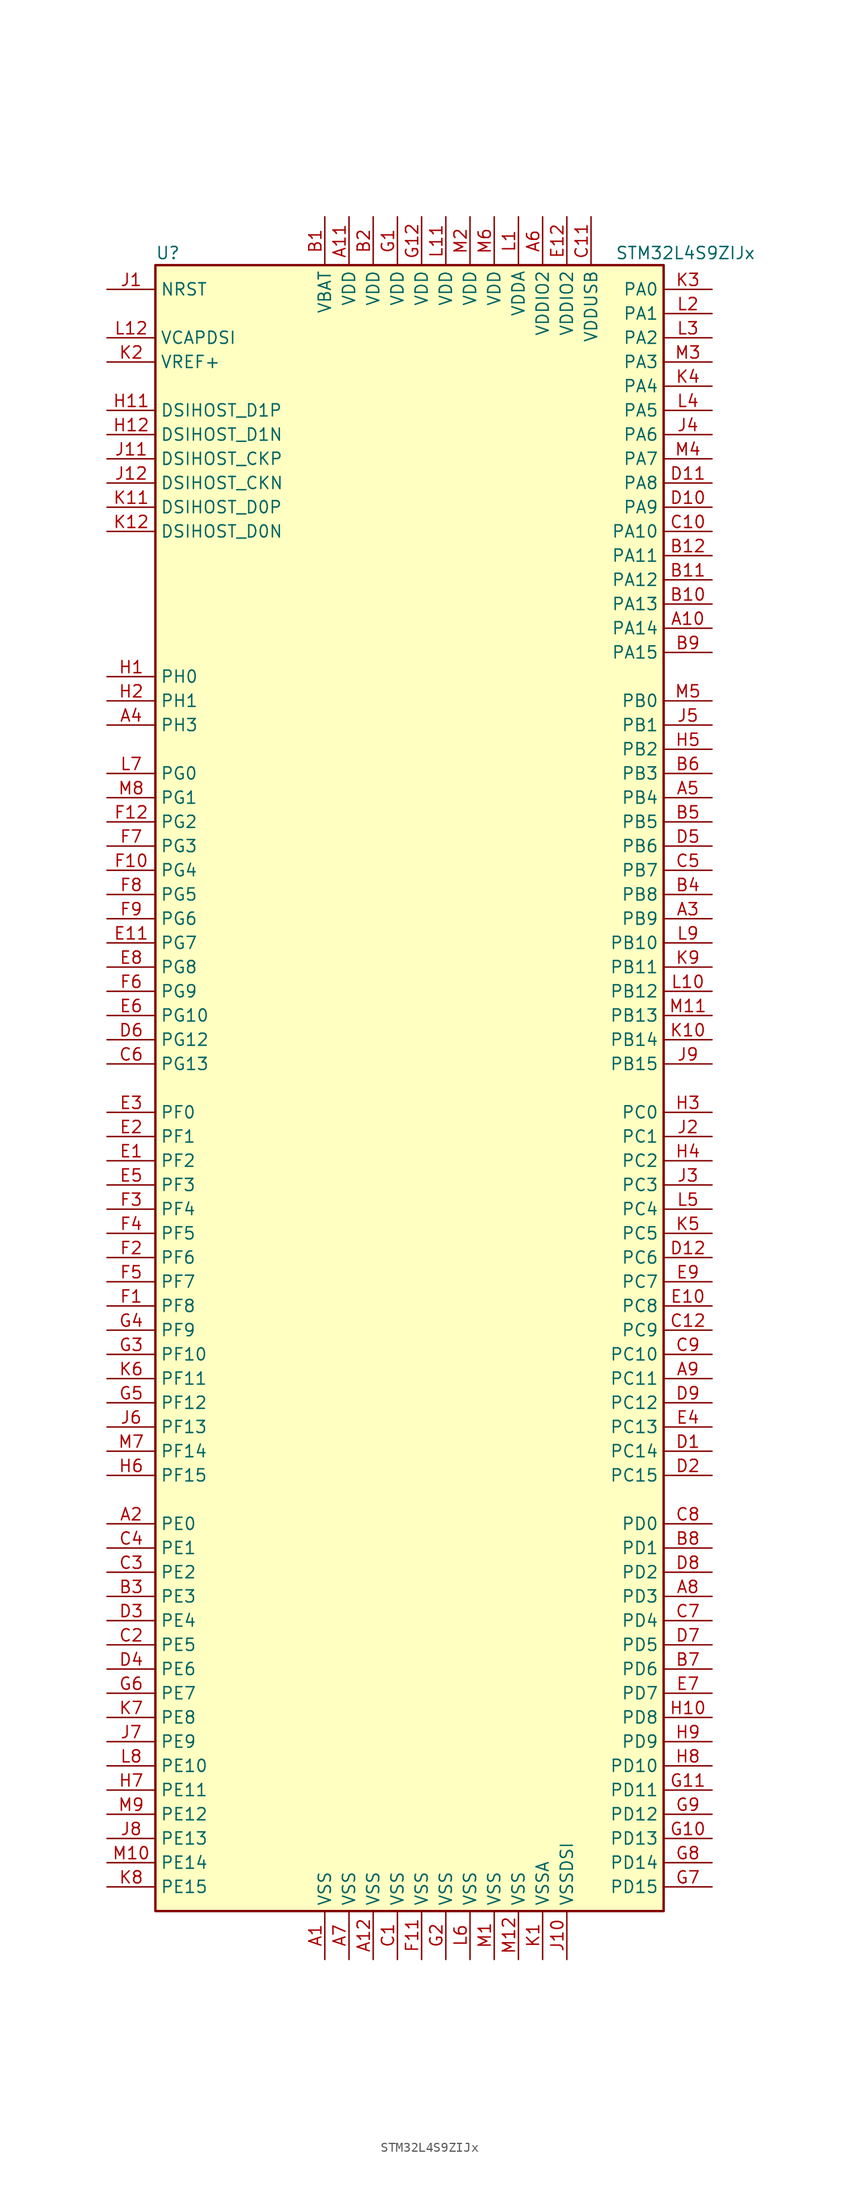
<source format=kicad_sym>
(kicad_symbol_lib
  (version 20201005)
  (generator kicad_symbol_editor)
  (symbol "STM32L4S9ZIJx"
    (property "Reference" "U"
      (at -27.94 87.63 0)
      (effects (font (size 1.27 1.27)) (justify left)))
    (property "Value" "STM32L4S9ZIJx"
      (at 20.32 87.63 0)
      (effects (font (size 1.27 1.27)) (justify left)))
    (symbol "STM32L4S9ZIJx_0_1"
      (rectangle (start -27.94 -86.36) (end 25.4 86.36) (stroke (width 0.254)) (fill (type background))))
    (symbol "STM32L4S9ZIJx_1_1"
      (pin bidirectional line (at -33.02 63.5 0) (length 5.08) (name "DSIHOST_CKN" (effects (font (size 1.27 1.27)))) (number "J12" (effects (font (size 1.27 1.27)))))
      (pin bidirectional line (at -33.02 66.04 0) (length 5.08) (name "DSIHOST_CKP" (effects (font (size 1.27 1.27)))) (number "J11" (effects (font (size 1.27 1.27)))))
      (pin bidirectional line (at -33.02 58.42 0) (length 5.08) (name "DSIHOST_D0N" (effects (font (size 1.27 1.27)))) (number "K12" (effects (font (size 1.27 1.27)))))
      (pin bidirectional line (at -33.02 60.96 0) (length 5.08) (name "DSIHOST_D0P" (effects (font (size 1.27 1.27)))) (number "K11" (effects (font (size 1.27 1.27)))))
      (pin bidirectional line (at -33.02 68.58 0) (length 5.08) (name "DSIHOST_D1N" (effects (font (size 1.27 1.27)))) (number "H12" (effects (font (size 1.27 1.27)))))
      (pin bidirectional line (at -33.02 71.12 0) (length 5.08) (name "DSIHOST_D1P" (effects (font (size 1.27 1.27)))) (number "H11" (effects (font (size 1.27 1.27)))))
      (pin input line (at -33.02 83.82 0) (length 5.08) (name "NRST" (effects (font (size 1.27 1.27)))) (number "J1" (effects (font (size 1.27 1.27)))))
      (pin bidirectional line (at 30.48 83.82 180) (length 5.08) (name "PA0" (effects (font (size 1.27 1.27)))) (number "K3" (effects (font (size 1.27 1.27)))))
      (pin bidirectional line (at 30.48 81.28 180) (length 5.08) (name "PA1" (effects (font (size 1.27 1.27)))) (number "L2" (effects (font (size 1.27 1.27)))))
      (pin bidirectional line (at 30.48 58.42 180) (length 5.08) (name "PA10" (effects (font (size 1.27 1.27)))) (number "C10" (effects (font (size 1.27 1.27)))))
      (pin bidirectional line (at 30.48 55.88 180) (length 5.08) (name "PA11" (effects (font (size 1.27 1.27)))) (number "B12" (effects (font (size 1.27 1.27)))))
      (pin bidirectional line (at 30.48 53.34 180) (length 5.08) (name "PA12" (effects (font (size 1.27 1.27)))) (number "B11" (effects (font (size 1.27 1.27)))))
      (pin bidirectional line (at 30.48 50.8 180) (length 5.08) (name "PA13" (effects (font (size 1.27 1.27)))) (number "B10" (effects (font (size 1.27 1.27)))))
      (pin bidirectional line (at 30.48 48.26 180) (length 5.08) (name "PA14" (effects (font (size 1.27 1.27)))) (number "A10" (effects (font (size 1.27 1.27)))))
      (pin bidirectional line (at 30.48 45.72 180) (length 5.08) (name "PA15" (effects (font (size 1.27 1.27)))) (number "B9" (effects (font (size 1.27 1.27)))))
      (pin bidirectional line (at 30.48 78.74 180) (length 5.08) (name "PA2" (effects (font (size 1.27 1.27)))) (number "L3" (effects (font (size 1.27 1.27)))))
      (pin bidirectional line (at 30.48 76.2 180) (length 5.08) (name "PA3" (effects (font (size 1.27 1.27)))) (number "M3" (effects (font (size 1.27 1.27)))))
      (pin bidirectional line (at 30.48 73.66 180) (length 5.08) (name "PA4" (effects (font (size 1.27 1.27)))) (number "K4" (effects (font (size 1.27 1.27)))))
      (pin bidirectional line (at 30.48 71.12 180) (length 5.08) (name "PA5" (effects (font (size 1.27 1.27)))) (number "L4" (effects (font (size 1.27 1.27)))))
      (pin bidirectional line (at 30.48 68.58 180) (length 5.08) (name "PA6" (effects (font (size 1.27 1.27)))) (number "J4" (effects (font (size 1.27 1.27)))))
      (pin bidirectional line (at 30.48 66.04 180) (length 5.08) (name "PA7" (effects (font (size 1.27 1.27)))) (number "M4" (effects (font (size 1.27 1.27)))))
      (pin bidirectional line (at 30.48 63.5 180) (length 5.08) (name "PA8" (effects (font (size 1.27 1.27)))) (number "D11" (effects (font (size 1.27 1.27)))))
      (pin bidirectional line (at 30.48 60.96 180) (length 5.08) (name "PA9" (effects (font (size 1.27 1.27)))) (number "D10" (effects (font (size 1.27 1.27)))))
      (pin bidirectional line (at 30.48 40.64 180) (length 5.08) (name "PB0" (effects (font (size 1.27 1.27)))) (number "M5" (effects (font (size 1.27 1.27)))))
      (pin bidirectional line (at 30.48 38.1 180) (length 5.08) (name "PB1" (effects (font (size 1.27 1.27)))) (number "J5" (effects (font (size 1.27 1.27)))))
      (pin bidirectional line (at 30.48 15.24 180) (length 5.08) (name "PB10" (effects (font (size 1.27 1.27)))) (number "L9" (effects (font (size 1.27 1.27)))))
      (pin bidirectional line (at 30.48 12.7 180) (length 5.08) (name "PB11" (effects (font (size 1.27 1.27)))) (number "K9" (effects (font (size 1.27 1.27)))))
      (pin bidirectional line (at 30.48 10.16 180) (length 5.08) (name "PB12" (effects (font (size 1.27 1.27)))) (number "L10" (effects (font (size 1.27 1.27)))))
      (pin bidirectional line (at 30.48 7.62 180) (length 5.08) (name "PB13" (effects (font (size 1.27 1.27)))) (number "M11" (effects (font (size 1.27 1.27)))))
      (pin bidirectional line (at 30.48 5.08 180) (length 5.08) (name "PB14" (effects (font (size 1.27 1.27)))) (number "K10" (effects (font (size 1.27 1.27)))))
      (pin bidirectional line (at 30.48 2.54 180) (length 5.08) (name "PB15" (effects (font (size 1.27 1.27)))) (number "J9" (effects (font (size 1.27 1.27)))))
      (pin bidirectional line (at 30.48 35.56 180) (length 5.08) (name "PB2" (effects (font (size 1.27 1.27)))) (number "H5" (effects (font (size 1.27 1.27)))))
      (pin bidirectional line (at 30.48 33.02 180) (length 5.08) (name "PB3" (effects (font (size 1.27 1.27)))) (number "B6" (effects (font (size 1.27 1.27)))))
      (pin bidirectional line (at 30.48 30.48 180) (length 5.08) (name "PB4" (effects (font (size 1.27 1.27)))) (number "A5" (effects (font (size 1.27 1.27)))))
      (pin bidirectional line (at 30.48 27.94 180) (length 5.08) (name "PB5" (effects (font (size 1.27 1.27)))) (number "B5" (effects (font (size 1.27 1.27)))))
      (pin bidirectional line (at 30.48 25.4 180) (length 5.08) (name "PB6" (effects (font (size 1.27 1.27)))) (number "D5" (effects (font (size 1.27 1.27)))))
      (pin bidirectional line (at 30.48 22.86 180) (length 5.08) (name "PB7" (effects (font (size 1.27 1.27)))) (number "C5" (effects (font (size 1.27 1.27)))))
      (pin bidirectional line (at 30.48 20.32 180) (length 5.08) (name "PB8" (effects (font (size 1.27 1.27)))) (number "B4" (effects (font (size 1.27 1.27)))))
      (pin bidirectional line (at 30.48 17.78 180) (length 5.08) (name "PB9" (effects (font (size 1.27 1.27)))) (number "A3" (effects (font (size 1.27 1.27)))))
      (pin bidirectional line (at 30.48 -2.54 180) (length 5.08) (name "PC0" (effects (font (size 1.27 1.27)))) (number "H3" (effects (font (size 1.27 1.27)))))
      (pin bidirectional line (at 30.48 -5.08 180) (length 5.08) (name "PC1" (effects (font (size 1.27 1.27)))) (number "J2" (effects (font (size 1.27 1.27)))))
      (pin bidirectional line (at 30.48 -27.94 180) (length 5.08) (name "PC10" (effects (font (size 1.27 1.27)))) (number "C9" (effects (font (size 1.27 1.27)))))
      (pin bidirectional line (at 30.48 -30.48 180) (length 5.08) (name "PC11" (effects (font (size 1.27 1.27)))) (number "A9" (effects (font (size 1.27 1.27)))))
      (pin bidirectional line (at 30.48 -33.02 180) (length 5.08) (name "PC12" (effects (font (size 1.27 1.27)))) (number "D9" (effects (font (size 1.27 1.27)))))
      (pin bidirectional line (at 30.48 -35.56 180) (length 5.08) (name "PC13" (effects (font (size 1.27 1.27)))) (number "E4" (effects (font (size 1.27 1.27)))))
      (pin bidirectional line (at 30.48 -38.1 180) (length 5.08) (name "PC14" (effects (font (size 1.27 1.27)))) (number "D1" (effects (font (size 1.27 1.27)))))
      (pin bidirectional line (at 30.48 -40.64 180) (length 5.08) (name "PC15" (effects (font (size 1.27 1.27)))) (number "D2" (effects (font (size 1.27 1.27)))))
      (pin bidirectional line (at 30.48 -7.62 180) (length 5.08) (name "PC2" (effects (font (size 1.27 1.27)))) (number "H4" (effects (font (size 1.27 1.27)))))
      (pin bidirectional line (at 30.48 -10.16 180) (length 5.08) (name "PC3" (effects (font (size 1.27 1.27)))) (number "J3" (effects (font (size 1.27 1.27)))))
      (pin bidirectional line (at 30.48 -12.7 180) (length 5.08) (name "PC4" (effects (font (size 1.27 1.27)))) (number "L5" (effects (font (size 1.27 1.27)))))
      (pin bidirectional line (at 30.48 -15.24 180) (length 5.08) (name "PC5" (effects (font (size 1.27 1.27)))) (number "K5" (effects (font (size 1.27 1.27)))))
      (pin bidirectional line (at 30.48 -17.78 180) (length 5.08) (name "PC6" (effects (font (size 1.27 1.27)))) (number "D12" (effects (font (size 1.27 1.27)))))
      (pin bidirectional line (at 30.48 -20.32 180) (length 5.08) (name "PC7" (effects (font (size 1.27 1.27)))) (number "E9" (effects (font (size 1.27 1.27)))))
      (pin bidirectional line (at 30.48 -22.86 180) (length 5.08) (name "PC8" (effects (font (size 1.27 1.27)))) (number "E10" (effects (font (size 1.27 1.27)))))
      (pin bidirectional line (at 30.48 -25.4 180) (length 5.08) (name "PC9" (effects (font (size 1.27 1.27)))) (number "C12" (effects (font (size 1.27 1.27)))))
      (pin bidirectional line (at 30.48 -45.72 180) (length 5.08) (name "PD0" (effects (font (size 1.27 1.27)))) (number "C8" (effects (font (size 1.27 1.27)))))
      (pin bidirectional line (at 30.48 -48.26 180) (length 5.08) (name "PD1" (effects (font (size 1.27 1.27)))) (number "B8" (effects (font (size 1.27 1.27)))))
      (pin bidirectional line (at 30.48 -71.12 180) (length 5.08) (name "PD10" (effects (font (size 1.27 1.27)))) (number "H8" (effects (font (size 1.27 1.27)))))
      (pin bidirectional line (at 30.48 -73.66 180) (length 5.08) (name "PD11" (effects (font (size 1.27 1.27)))) (number "G11" (effects (font (size 1.27 1.27)))))
      (pin bidirectional line (at 30.48 -76.2 180) (length 5.08) (name "PD12" (effects (font (size 1.27 1.27)))) (number "G9" (effects (font (size 1.27 1.27)))))
      (pin bidirectional line (at 30.48 -78.74 180) (length 5.08) (name "PD13" (effects (font (size 1.27 1.27)))) (number "G10" (effects (font (size 1.27 1.27)))))
      (pin bidirectional line (at 30.48 -81.28 180) (length 5.08) (name "PD14" (effects (font (size 1.27 1.27)))) (number "G8" (effects (font (size 1.27 1.27)))))
      (pin bidirectional line (at 30.48 -83.82 180) (length 5.08) (name "PD15" (effects (font (size 1.27 1.27)))) (number "G7" (effects (font (size 1.27 1.27)))))
      (pin bidirectional line (at 30.48 -50.8 180) (length 5.08) (name "PD2" (effects (font (size 1.27 1.27)))) (number "D8" (effects (font (size 1.27 1.27)))))
      (pin bidirectional line (at 30.48 -53.34 180) (length 5.08) (name "PD3" (effects (font (size 1.27 1.27)))) (number "A8" (effects (font (size 1.27 1.27)))))
      (pin bidirectional line (at 30.48 -55.88 180) (length 5.08) (name "PD4" (effects (font (size 1.27 1.27)))) (number "C7" (effects (font (size 1.27 1.27)))))
      (pin bidirectional line (at 30.48 -58.42 180) (length 5.08) (name "PD5" (effects (font (size 1.27 1.27)))) (number "D7" (effects (font (size 1.27 1.27)))))
      (pin bidirectional line (at 30.48 -60.96 180) (length 5.08) (name "PD6" (effects (font (size 1.27 1.27)))) (number "B7" (effects (font (size 1.27 1.27)))))
      (pin bidirectional line (at 30.48 -63.5 180) (length 5.08) (name "PD7" (effects (font (size 1.27 1.27)))) (number "E7" (effects (font (size 1.27 1.27)))))
      (pin bidirectional line (at 30.48 -66.04 180) (length 5.08) (name "PD8" (effects (font (size 1.27 1.27)))) (number "H10" (effects (font (size 1.27 1.27)))))
      (pin bidirectional line (at 30.48 -68.58 180) (length 5.08) (name "PD9" (effects (font (size 1.27 1.27)))) (number "H9" (effects (font (size 1.27 1.27)))))
      (pin bidirectional line (at -33.02 -45.72 0) (length 5.08) (name "PE0" (effects (font (size 1.27 1.27)))) (number "A2" (effects (font (size 1.27 1.27)))))
      (pin bidirectional line (at -33.02 -48.26 0) (length 5.08) (name "PE1" (effects (font (size 1.27 1.27)))) (number "C4" (effects (font (size 1.27 1.27)))))
      (pin bidirectional line (at -33.02 -71.12 0) (length 5.08) (name "PE10" (effects (font (size 1.27 1.27)))) (number "L8" (effects (font (size 1.27 1.27)))))
      (pin bidirectional line (at -33.02 -73.66 0) (length 5.08) (name "PE11" (effects (font (size 1.27 1.27)))) (number "H7" (effects (font (size 1.27 1.27)))))
      (pin bidirectional line (at -33.02 -76.2 0) (length 5.08) (name "PE12" (effects (font (size 1.27 1.27)))) (number "M9" (effects (font (size 1.27 1.27)))))
      (pin bidirectional line (at -33.02 -78.74 0) (length 5.08) (name "PE13" (effects (font (size 1.27 1.27)))) (number "J8" (effects (font (size 1.27 1.27)))))
      (pin bidirectional line (at -33.02 -81.28 0) (length 5.08) (name "PE14" (effects (font (size 1.27 1.27)))) (number "M10" (effects (font (size 1.27 1.27)))))
      (pin bidirectional line (at -33.02 -83.82 0) (length 5.08) (name "PE15" (effects (font (size 1.27 1.27)))) (number "K8" (effects (font (size 1.27 1.27)))))
      (pin bidirectional line (at -33.02 -50.8 0) (length 5.08) (name "PE2" (effects (font (size 1.27 1.27)))) (number "C3" (effects (font (size 1.27 1.27)))))
      (pin bidirectional line (at -33.02 -53.34 0) (length 5.08) (name "PE3" (effects (font (size 1.27 1.27)))) (number "B3" (effects (font (size 1.27 1.27)))))
      (pin bidirectional line (at -33.02 -55.88 0) (length 5.08) (name "PE4" (effects (font (size 1.27 1.27)))) (number "D3" (effects (font (size 1.27 1.27)))))
      (pin bidirectional line (at -33.02 -58.42 0) (length 5.08) (name "PE5" (effects (font (size 1.27 1.27)))) (number "C2" (effects (font (size 1.27 1.27)))))
      (pin bidirectional line (at -33.02 -60.96 0) (length 5.08) (name "PE6" (effects (font (size 1.27 1.27)))) (number "D4" (effects (font (size 1.27 1.27)))))
      (pin bidirectional line (at -33.02 -63.5 0) (length 5.08) (name "PE7" (effects (font (size 1.27 1.27)))) (number "G6" (effects (font (size 1.27 1.27)))))
      (pin bidirectional line (at -33.02 -66.04 0) (length 5.08) (name "PE8" (effects (font (size 1.27 1.27)))) (number "K7" (effects (font (size 1.27 1.27)))))
      (pin bidirectional line (at -33.02 -68.58 0) (length 5.08) (name "PE9" (effects (font (size 1.27 1.27)))) (number "J7" (effects (font (size 1.27 1.27)))))
      (pin bidirectional line (at -33.02 -2.54 0) (length 5.08) (name "PF0" (effects (font (size 1.27 1.27)))) (number "E3" (effects (font (size 1.27 1.27)))))
      (pin bidirectional line (at -33.02 -5.08 0) (length 5.08) (name "PF1" (effects (font (size 1.27 1.27)))) (number "E2" (effects (font (size 1.27 1.27)))))
      (pin bidirectional line (at -33.02 -27.94 0) (length 5.08) (name "PF10" (effects (font (size 1.27 1.27)))) (number "G3" (effects (font (size 1.27 1.27)))))
      (pin bidirectional line (at -33.02 -30.48 0) (length 5.08) (name "PF11" (effects (font (size 1.27 1.27)))) (number "K6" (effects (font (size 1.27 1.27)))))
      (pin bidirectional line (at -33.02 -33.02 0) (length 5.08) (name "PF12" (effects (font (size 1.27 1.27)))) (number "G5" (effects (font (size 1.27 1.27)))))
      (pin bidirectional line (at -33.02 -35.56 0) (length 5.08) (name "PF13" (effects (font (size 1.27 1.27)))) (number "J6" (effects (font (size 1.27 1.27)))))
      (pin bidirectional line (at -33.02 -38.1 0) (length 5.08) (name "PF14" (effects (font (size 1.27 1.27)))) (number "M7" (effects (font (size 1.27 1.27)))))
      (pin bidirectional line (at -33.02 -40.64 0) (length 5.08) (name "PF15" (effects (font (size 1.27 1.27)))) (number "H6" (effects (font (size 1.27 1.27)))))
      (pin bidirectional line (at -33.02 -7.62 0) (length 5.08) (name "PF2" (effects (font (size 1.27 1.27)))) (number "E1" (effects (font (size 1.27 1.27)))))
      (pin bidirectional line (at -33.02 -10.16 0) (length 5.08) (name "PF3" (effects (font (size 1.27 1.27)))) (number "E5" (effects (font (size 1.27 1.27)))))
      (pin bidirectional line (at -33.02 -12.7 0) (length 5.08) (name "PF4" (effects (font (size 1.27 1.27)))) (number "F3" (effects (font (size 1.27 1.27)))))
      (pin bidirectional line (at -33.02 -15.24 0) (length 5.08) (name "PF5" (effects (font (size 1.27 1.27)))) (number "F4" (effects (font (size 1.27 1.27)))))
      (pin bidirectional line (at -33.02 -17.78 0) (length 5.08) (name "PF6" (effects (font (size 1.27 1.27)))) (number "F2" (effects (font (size 1.27 1.27)))))
      (pin bidirectional line (at -33.02 -20.32 0) (length 5.08) (name "PF7" (effects (font (size 1.27 1.27)))) (number "F5" (effects (font (size 1.27 1.27)))))
      (pin bidirectional line (at -33.02 -22.86 0) (length 5.08) (name "PF8" (effects (font (size 1.27 1.27)))) (number "F1" (effects (font (size 1.27 1.27)))))
      (pin bidirectional line (at -33.02 -25.4 0) (length 5.08) (name "PF9" (effects (font (size 1.27 1.27)))) (number "G4" (effects (font (size 1.27 1.27)))))
      (pin bidirectional line (at -33.02 33.02 0) (length 5.08) (name "PG0" (effects (font (size 1.27 1.27)))) (number "L7" (effects (font (size 1.27 1.27)))))
      (pin bidirectional line (at -33.02 30.48 0) (length 5.08) (name "PG1" (effects (font (size 1.27 1.27)))) (number "M8" (effects (font (size 1.27 1.27)))))
      (pin bidirectional line (at -33.02 7.62 0) (length 5.08) (name "PG10" (effects (font (size 1.27 1.27)))) (number "E6" (effects (font (size 1.27 1.27)))))
      (pin bidirectional line (at -33.02 5.08 0) (length 5.08) (name "PG12" (effects (font (size 1.27 1.27)))) (number "D6" (effects (font (size 1.27 1.27)))))
      (pin bidirectional line (at -33.02 2.54 0) (length 5.08) (name "PG13" (effects (font (size 1.27 1.27)))) (number "C6" (effects (font (size 1.27 1.27)))))
      (pin bidirectional line (at -33.02 27.94 0) (length 5.08) (name "PG2" (effects (font (size 1.27 1.27)))) (number "F12" (effects (font (size 1.27 1.27)))))
      (pin bidirectional line (at -33.02 25.4 0) (length 5.08) (name "PG3" (effects (font (size 1.27 1.27)))) (number "F7" (effects (font (size 1.27 1.27)))))
      (pin bidirectional line (at -33.02 22.86 0) (length 5.08) (name "PG4" (effects (font (size 1.27 1.27)))) (number "F10" (effects (font (size 1.27 1.27)))))
      (pin bidirectional line (at -33.02 20.32 0) (length 5.08) (name "PG5" (effects (font (size 1.27 1.27)))) (number "F8" (effects (font (size 1.27 1.27)))))
      (pin bidirectional line (at -33.02 17.78 0) (length 5.08) (name "PG6" (effects (font (size 1.27 1.27)))) (number "F9" (effects (font (size 1.27 1.27)))))
      (pin bidirectional line (at -33.02 15.24 0) (length 5.08) (name "PG7" (effects (font (size 1.27 1.27)))) (number "E11" (effects (font (size 1.27 1.27)))))
      (pin bidirectional line (at -33.02 12.7 0) (length 5.08) (name "PG8" (effects (font (size 1.27 1.27)))) (number "E8" (effects (font (size 1.27 1.27)))))
      (pin bidirectional line (at -33.02 10.16 0) (length 5.08) (name "PG9" (effects (font (size 1.27 1.27)))) (number "F6" (effects (font (size 1.27 1.27)))))
      (pin input line (at -33.02 43.18 0) (length 5.08) (name "PH0" (effects (font (size 1.27 1.27)))) (number "H1" (effects (font (size 1.27 1.27)))))
      (pin input line (at -33.02 40.64 0) (length 5.08) (name "PH1" (effects (font (size 1.27 1.27)))) (number "H2" (effects (font (size 1.27 1.27)))))
      (pin bidirectional line (at -33.02 38.1 0) (length 5.08) (name "PH3" (effects (font (size 1.27 1.27)))) (number "A4" (effects (font (size 1.27 1.27)))))
      (pin power_in line (at -10.16 91.44 270) (length 5.08) (name "VBAT" (effects (font (size 1.27 1.27)))) (number "B1" (effects (font (size 1.27 1.27)))))
      (pin power_in line (at -33.02 78.74 0) (length 5.08) (name "VCAPDSI" (effects (font (size 1.27 1.27)))) (number "L12" (effects (font (size 1.27 1.27)))))
      (pin power_in line (at -7.62 91.44 270) (length 5.08) (name "VDD" (effects (font (size 1.27 1.27)))) (number "A11" (effects (font (size 1.27 1.27)))))
      (pin power_in line (at -5.08 91.44 270) (length 5.08) (name "VDD" (effects (font (size 1.27 1.27)))) (number "B2" (effects (font (size 1.27 1.27)))))
      (pin power_in line (at -2.54 91.44 270) (length 5.08) (name "VDD" (effects (font (size 1.27 1.27)))) (number "G1" (effects (font (size 1.27 1.27)))))
      (pin power_in line (at 0 91.44 270) (length 5.08) (name "VDD" (effects (font (size 1.27 1.27)))) (number "G12" (effects (font (size 1.27 1.27)))))
      (pin power_in line (at 2.54 91.44 270) (length 5.08) (name "VDD" (effects (font (size 1.27 1.27)))) (number "L11" (effects (font (size 1.27 1.27)))))
      (pin power_in line (at 5.08 91.44 270) (length 5.08) (name "VDD" (effects (font (size 1.27 1.27)))) (number "M2" (effects (font (size 1.27 1.27)))))
      (pin power_in line (at 7.62 91.44 270) (length 5.08) (name "VDD" (effects (font (size 1.27 1.27)))) (number "M6" (effects (font (size 1.27 1.27)))))
      (pin power_in line (at 10.16 91.44 270) (length 5.08) (name "VDDA" (effects (font (size 1.27 1.27)))) (number "L1" (effects (font (size 1.27 1.27)))))
      (pin power_in line (at 12.7 91.44 270) (length 5.08) (name "VDDIO2" (effects (font (size 1.27 1.27)))) (number "A6" (effects (font (size 1.27 1.27)))))
      (pin power_in line (at 15.24 91.44 270) (length 5.08) (name "VDDIO2" (effects (font (size 1.27 1.27)))) (number "E12" (effects (font (size 1.27 1.27)))))
      (pin power_in line (at 17.78 91.44 270) (length 5.08) (name "VDDUSB" (effects (font (size 1.27 1.27)))) (number "C11" (effects (font (size 1.27 1.27)))))
      (pin bidirectional line (at -33.02 76.2 0) (length 5.08) (name "VREF+" (effects (font (size 1.27 1.27)))) (number "K2" (effects (font (size 1.27 1.27)))))
      (pin power_in line (at -10.16 -91.44 90) (length 5.08) (name "VSS" (effects (font (size 1.27 1.27)))) (number "A1" (effects (font (size 1.27 1.27)))))
      (pin power_in line (at -5.08 -91.44 90) (length 5.08) (name "VSS" (effects (font (size 1.27 1.27)))) (number "A12" (effects (font (size 1.27 1.27)))))
      (pin power_in line (at -7.62 -91.44 90) (length 5.08) (name "VSS" (effects (font (size 1.27 1.27)))) (number "A7" (effects (font (size 1.27 1.27)))))
      (pin power_in line (at -2.54 -91.44 90) (length 5.08) (name "VSS" (effects (font (size 1.27 1.27)))) (number "C1" (effects (font (size 1.27 1.27)))))
      (pin power_in line (at 0 -91.44 90) (length 5.08) (name "VSS" (effects (font (size 1.27 1.27)))) (number "F11" (effects (font (size 1.27 1.27)))))
      (pin power_in line (at 2.54 -91.44 90) (length 5.08) (name "VSS" (effects (font (size 1.27 1.27)))) (number "G2" (effects (font (size 1.27 1.27)))))
      (pin power_in line (at 5.08 -91.44 90) (length 5.08) (name "VSS" (effects (font (size 1.27 1.27)))) (number "L6" (effects (font (size 1.27 1.27)))))
      (pin power_in line (at 7.62 -91.44 90) (length 5.08) (name "VSS" (effects (font (size 1.27 1.27)))) (number "M1" (effects (font (size 1.27 1.27)))))
      (pin power_in line (at 10.16 -91.44 90) (length 5.08) (name "VSS" (effects (font (size 1.27 1.27)))) (number "M12" (effects (font (size 1.27 1.27)))))
      (pin power_in line (at 12.7 -91.44 90) (length 5.08) (name "VSSA" (effects (font (size 1.27 1.27)))) (number "K1" (effects (font (size 1.27 1.27)))))
      (pin power_in line (at 15.24 -91.44 90) (length 5.08) (name "VSSDSI" (effects (font (size 1.27 1.27)))) (number "J10" (effects (font (size 1.27 1.27))))))))
</source>
